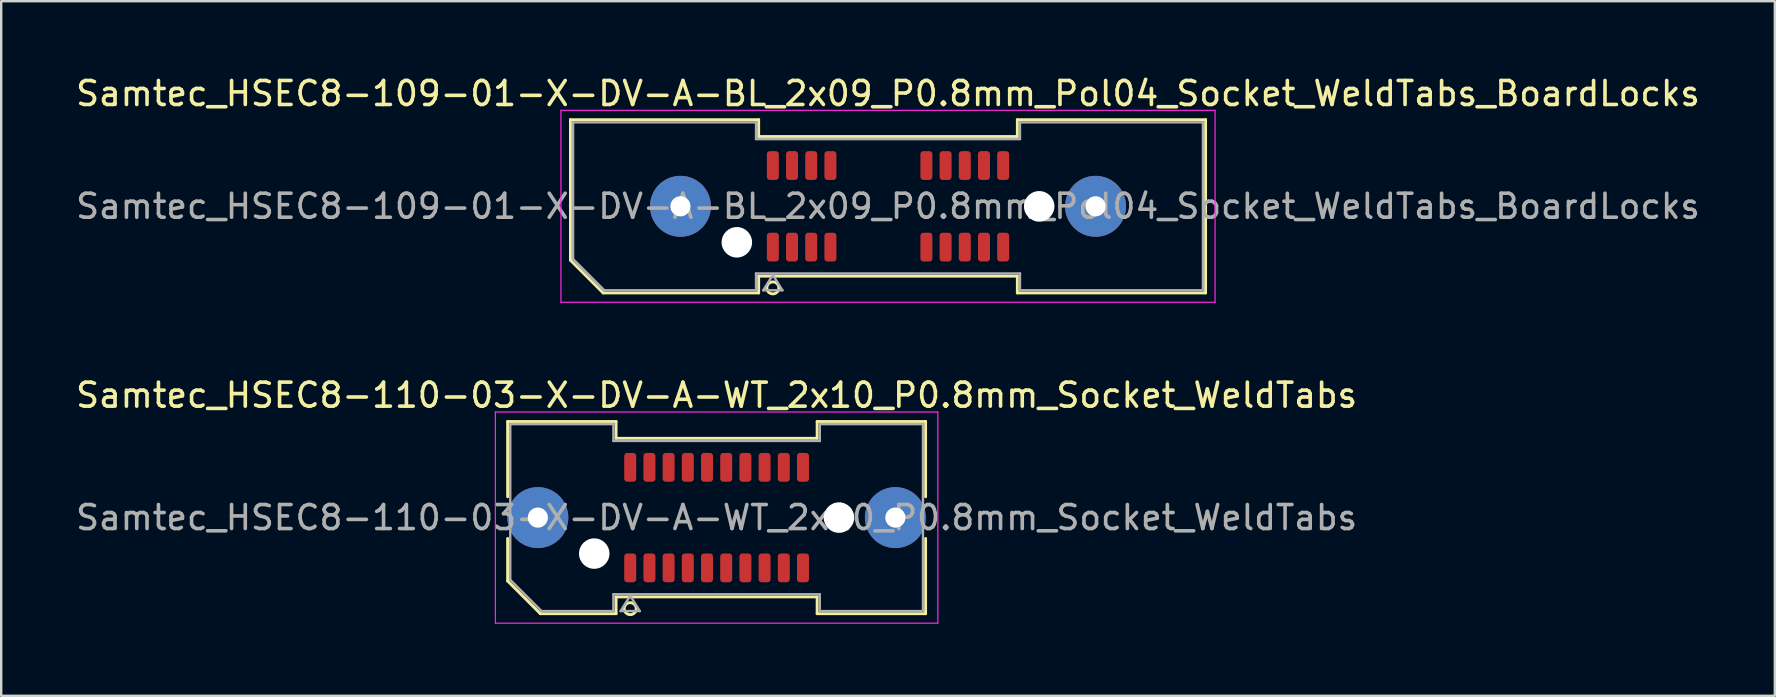
<source format=kicad_pcb>
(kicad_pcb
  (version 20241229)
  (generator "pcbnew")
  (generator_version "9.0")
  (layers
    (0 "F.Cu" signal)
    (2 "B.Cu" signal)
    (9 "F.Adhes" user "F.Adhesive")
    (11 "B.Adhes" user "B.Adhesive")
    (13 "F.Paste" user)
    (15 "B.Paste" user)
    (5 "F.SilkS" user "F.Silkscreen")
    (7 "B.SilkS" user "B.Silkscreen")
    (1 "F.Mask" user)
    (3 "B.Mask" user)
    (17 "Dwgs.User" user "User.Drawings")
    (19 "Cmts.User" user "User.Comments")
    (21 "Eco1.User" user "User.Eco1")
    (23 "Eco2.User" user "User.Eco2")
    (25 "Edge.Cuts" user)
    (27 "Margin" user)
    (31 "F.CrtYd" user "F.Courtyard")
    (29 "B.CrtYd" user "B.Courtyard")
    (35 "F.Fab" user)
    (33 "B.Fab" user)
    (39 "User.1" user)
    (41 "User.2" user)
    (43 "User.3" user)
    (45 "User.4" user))
  (footprint "Samtec_HSEC8-109-01-X-DV-A-BL_2x09_P0.8mm_Pol04_Socket_WeldTabs_BoardLocks"
    (layer "F.Cu")
    (at 33.958 5.548)
    (property "Reference" "Samtec_HSEC8-109-01-X-DV-A-BL_2x09_P0.8mm_Pol04_Socket_WeldTabs_BoardLocks" (at 0 -4.7 0) (layer "F.SilkS") (effects (font (size 1 1) (thickness 0.15))))
    (attr smd)
    (fp_line (start -13.235 -3.61) (end -5.39 -3.61) (stroke (width 0.12) (type solid)) (layer "F.SilkS"))
    (fp_line (start -13.235 2.246) (end -13.235 -3.61) (stroke (width 0.12) (type solid)) (layer "F.SilkS"))
    (fp_line (start -11.871 3.61) (end -13.235 2.246) (stroke (width 0.12) (type solid)) (layer "F.SilkS"))
    (fp_line (start -5.39 -3.61) (end -5.39 -2.91) (stroke (width 0.12) (type solid)) (layer "F.SilkS"))
    (fp_line (start -5.39 -2.91) (end 5.39 -2.91) (stroke (width 0.12) (type solid)) (layer "F.SilkS"))
    (fp_line (start -5.39 2.91) (end -5.39 3.61) (stroke (width 0.12) (type solid)) (layer "F.SilkS"))
    (fp_line (start -5.39 3.61) (end -11.871 3.61) (stroke (width 0.12) (type solid)) (layer "F.SilkS"))
    (fp_line (start 5.39 -3.61) (end 13.235 -3.61) (stroke (width 0.12) (type solid)) (layer "F.SilkS"))
    (fp_line (start 5.39 -2.91) (end 5.39 -3.61) (stroke (width 0.12) (type solid)) (layer "F.SilkS"))
    (fp_line (start 5.39 2.91) (end -5.39 2.91) (stroke (width 0.12) (type solid)) (layer "F.SilkS"))
    (fp_line (start 5.39 3.61) (end 5.39 2.91) (stroke (width 0.12) (type solid)) (layer "F.SilkS"))
    (fp_line (start 13.235 -3.61) (end 13.235 3.61) (stroke (width 0.12) (type solid)) (layer "F.SilkS"))
    (fp_line (start 13.235 3.61) (end 5.39 3.61) (stroke (width 0.12) (type solid)) (layer "F.SilkS"))
    (fp_circle (center -4.8 3.4) (end -4.55 3.4) (stroke (width 0.12) (type solid)) (fill no) (layer "F.SilkS"))
    (fp_line (start -13.63 -4) (end -13.63 4) (stroke (width 0.05) (type solid)) (layer "F.CrtYd"))
    (fp_line (start -13.63 4) (end 13.63 4) (stroke (width 0.05) (type solid)) (layer "F.CrtYd"))
    (fp_line (start 13.63 -4) (end -13.63 -4) (stroke (width 0.05) (type solid)) (layer "F.CrtYd"))
    (fp_line (start 13.63 4) (end 13.63 -4) (stroke (width 0.05) (type solid)) (layer "F.CrtYd"))
    (fp_line (start -13.125 -3.5) (end -5.5 -3.5) (stroke (width 0.1) (type solid)) (layer "F.Fab"))
    (fp_line (start -13.125 2.2) (end -13.125 -3.5) (stroke (width 0.1) (type solid)) (layer "F.Fab"))
    (fp_line (start -11.825 3.5) (end -13.125 2.2) (stroke (width 0.1) (type solid)) (layer "F.Fab"))
    (fp_line (start -5.5 -3.5) (end -5.5 -2.8) (stroke (width 0.1) (type solid)) (layer "F.Fab"))
    (fp_line (start -5.5 -2.8) (end 5.5 -2.8) (stroke (width 0.1) (type solid)) (layer "F.Fab"))
    (fp_line (start -5.5 2.8) (end -5.5 3.5) (stroke (width 0.1) (type solid)) (layer "F.Fab"))
    (fp_line (start -5.5 3.5) (end -11.825 3.5) (stroke (width 0.1) (type solid)) (layer "F.Fab"))
    (fp_line (start -5.2 3.5) (end -4.8 2.86) (stroke (width 0.1) (type solid)) (layer "F.Fab"))
    (fp_line (start -4.8 2.86) (end -4.4 3.5) (stroke (width 0.1) (type solid)) (layer "F.Fab"))
    (fp_line (start -4.4 3.5) (end -5.2 3.5) (stroke (width 0.1) (type solid)) (layer "F.Fab"))
    (fp_line (start 5.5 -3.5) (end 13.125 -3.5) (stroke (width 0.1) (type solid)) (layer "F.Fab"))
    (fp_line (start 5.5 -2.8) (end 5.5 -3.5) (stroke (width 0.1) (type solid)) (layer "F.Fab"))
    (fp_line (start 5.5 2.8) (end -5.5 2.8) (stroke (width 0.1) (type solid)) (layer "F.Fab"))
    (fp_line (start 5.5 3.5) (end 5.5 2.8) (stroke (width 0.1) (type solid)) (layer "F.Fab"))
    (fp_line (start 13.125 -3.5) (end 13.125 3.5) (stroke (width 0.1) (type solid)) (layer "F.Fab"))
    (fp_line (start 13.125 3.5) (end 5.5 3.5) (stroke (width 0.1) (type solid)) (layer "F.Fab"))
    (fp_text user "${REFERENCE}" (at 0 0 0) (layer "F.Fab") (effects (font (size 1 1) (thickness 0.15))))
    (pad "" thru_hole circle (at -8.65 0) (size 2.54 2.54) (drill 0.84) (layers "*.Cu" "*.Mask" "F.Paste"))
    (pad "" np_thru_hole circle (at -6.3 1.5) (size 1.27 1.27) (drill 1.27) (layers "*.Cu" "*.Mask"))
    (pad "" np_thru_hole circle (at 6.3 0) (size 1.27 1.27) (drill 1.27) (layers "*.Cu" "*.Mask"))
    (pad "" thru_hole circle (at 8.65 0) (size 2.54 2.54) (drill 0.84) (layers "*.Cu" "*.Mask" "F.Paste"))
    (pad "1" smd roundrect (at -4.8 1.7) (size 0.5 1.2) (layers "F.Cu" "F.Mask" "F.Paste") (roundrect_rratio 0.25))
    (pad "2" smd roundrect (at -4.8 -1.7) (size 0.5 1.2) (layers "F.Cu" "F.Mask" "F.Paste") (roundrect_rratio 0.25))
    (pad "3" smd roundrect (at -4 1.7) (size 0.5 1.2) (layers "F.Cu" "F.Mask" "F.Paste") (roundrect_rratio 0.25))
    (pad "4" smd roundrect (at -4 -1.7) (size 0.5 1.2) (layers "F.Cu" "F.Mask" "F.Paste") (roundrect_rratio 0.25))
    (pad "5" smd roundrect (at -3.2 1.7) (size 0.5 1.2) (layers "F.Cu" "F.Mask" "F.Paste") (roundrect_rratio 0.25))
    (pad "6" smd roundrect (at -3.2 -1.7) (size 0.5 1.2) (layers "F.Cu" "F.Mask" "F.Paste") (roundrect_rratio 0.25))
    (pad "7" smd roundrect (at -2.4 1.7) (size 0.5 1.2) (layers "F.Cu" "F.Mask" "F.Paste") (roundrect_rratio 0.25))
    (pad "8" smd roundrect (at -2.4 -1.7) (size 0.5 1.2) (layers "F.Cu" "F.Mask" "F.Paste") (roundrect_rratio 0.25))
    (pad "9" smd roundrect (at 1.6 1.7) (size 0.5 1.2) (layers "F.Cu" "F.Mask" "F.Paste") (roundrect_rratio 0.25))
    (pad "10" smd roundrect (at 1.6 -1.7) (size 0.5 1.2) (layers "F.Cu" "F.Mask" "F.Paste") (roundrect_rratio 0.25))
    (pad "11" smd roundrect (at 2.4 1.7) (size 0.5 1.2) (layers "F.Cu" "F.Mask" "F.Paste") (roundrect_rratio 0.25))
    (pad "12" smd roundrect (at 2.4 -1.7) (size 0.5 1.2) (layers "F.Cu" "F.Mask" "F.Paste") (roundrect_rratio 0.25))
    (pad "13" smd roundrect (at 3.2 1.7) (size 0.5 1.2) (layers "F.Cu" "F.Mask" "F.Paste") (roundrect_rratio 0.25))
    (pad "14" smd roundrect (at 3.2 -1.7) (size 0.5 1.2) (layers "F.Cu" "F.Mask" "F.Paste") (roundrect_rratio 0.25))
    (pad "15" smd roundrect (at 4 1.7) (size 0.5 1.2) (layers "F.Cu" "F.Mask" "F.Paste") (roundrect_rratio 0.25))
    (pad "16" smd roundrect (at 4 -1.7) (size 0.5 1.2) (layers "F.Cu" "F.Mask" "F.Paste") (roundrect_rratio 0.25))
    (pad "17" smd roundrect (at 4.8 1.7) (size 0.5 1.2) (layers "F.Cu" "F.Mask" "F.Paste") (roundrect_rratio 0.25))
    (pad "18" smd roundrect (at 4.8 -1.7) (size 0.5 1.2) (layers "F.Cu" "F.Mask" "F.Paste") (roundrect_rratio 0.25)))
  (footprint "Samtec_HSEC8-110-03-X-DV-A-WT_2x10_P0.8mm_Socket_WeldTabs"
    (layer "F.Cu")
    (at 26.815 18.521)
    (property "Reference" "Samtec_HSEC8-110-03-X-DV-A-WT_2x10_P0.8mm_Socket_WeldTabs" (at 0 -5.1 0) (layer "F.SilkS") (effects (font (size 1 1) (thickness 0.15))))
    (attr smd)
    (fp_line (start -8.71 -4.005) (end -4.19 -4.005) (stroke (width 0.12) (type solid)) (layer "F.SilkS"))
    (fp_line (start -8.71 -0.868) (end -8.71 -4.005) (stroke (width 0.12) (type solid)) (layer "F.SilkS"))
    (fp_line (start -8.71 2.641) (end -8.71 0.868) (stroke (width 0.12) (type solid)) (layer "F.SilkS"))
    (fp_line (start -7.346 4.005) (end -8.71 2.641) (stroke (width 0.12) (type solid)) (layer "F.SilkS"))
    (fp_line (start -4.19 -4.005) (end -4.19 -3.305) (stroke (width 0.12) (type solid)) (layer "F.SilkS"))
    (fp_line (start -4.19 -3.305) (end 4.19 -3.305) (stroke (width 0.12) (type solid)) (layer "F.SilkS"))
    (fp_line (start -4.19 3.305) (end -4.19 4.005) (stroke (width 0.12) (type solid)) (layer "F.SilkS"))
    (fp_line (start -4.19 4.005) (end -7.346 4.005) (stroke (width 0.12) (type solid)) (layer "F.SilkS"))
    (fp_line (start 4.19 -4.005) (end 8.71 -4.005) (stroke (width 0.12) (type solid)) (layer "F.SilkS"))
    (fp_line (start 4.19 -3.305) (end 4.19 -4.005) (stroke (width 0.12) (type solid)) (layer "F.SilkS"))
    (fp_line (start 4.19 3.305) (end -4.19 3.305) (stroke (width 0.12) (type solid)) (layer "F.SilkS"))
    (fp_line (start 4.19 4.005) (end 4.19 3.305) (stroke (width 0.12) (type solid)) (layer "F.SilkS"))
    (fp_line (start 8.71 -4.005) (end 8.71 -0.868) (stroke (width 0.12) (type solid)) (layer "F.SilkS"))
    (fp_line (start 8.71 0.868) (end 8.71 4.005) (stroke (width 0.12) (type solid)) (layer "F.SilkS"))
    (fp_line (start 8.71 4.005) (end 4.19 4.005) (stroke (width 0.12) (type solid)) (layer "F.SilkS"))
    (fp_circle (center -3.6 3.795) (end -3.35 3.795) (stroke (width 0.12) (type solid)) (fill no) (layer "F.SilkS"))
    (fp_line (start -9.22 -4.4) (end -9.22 4.4) (stroke (width 0.05) (type solid)) (layer "F.CrtYd"))
    (fp_line (start -9.22 4.4) (end 9.22 4.4) (stroke (width 0.05) (type solid)) (layer "F.CrtYd"))
    (fp_line (start 9.22 -4.4) (end -9.22 -4.4) (stroke (width 0.05) (type solid)) (layer "F.CrtYd"))
    (fp_line (start 9.22 4.4) (end 9.22 -4.4) (stroke (width 0.05) (type solid)) (layer "F.CrtYd"))
    (fp_line (start -8.6 -3.895) (end -4.3 -3.895) (stroke (width 0.1) (type solid)) (layer "F.Fab"))
    (fp_line (start -8.6 2.595) (end -8.6 -3.895) (stroke (width 0.1) (type solid)) (layer "F.Fab"))
    (fp_line (start -7.3 3.895) (end -8.6 2.595) (stroke (width 0.1) (type solid)) (layer "F.Fab"))
    (fp_line (start -4.3 -3.895) (end -4.3 -3.195) (stroke (width 0.1) (type solid)) (layer "F.Fab"))
    (fp_line (start -4.3 -3.195) (end 4.3 -3.195) (stroke (width 0.1) (type solid)) (layer "F.Fab"))
    (fp_line (start -4.3 3.195) (end -4.3 3.895) (stroke (width 0.1) (type solid)) (layer "F.Fab"))
    (fp_line (start -4.3 3.895) (end -7.3 3.895) (stroke (width 0.1) (type solid)) (layer "F.Fab"))
    (fp_line (start -4 3.895) (end -3.6 3.255) (stroke (width 0.1) (type solid)) (layer "F.Fab"))
    (fp_line (start -3.6 3.255) (end -3.2 3.895) (stroke (width 0.1) (type solid)) (layer "F.Fab"))
    (fp_line (start -3.2 3.895) (end -4 3.895) (stroke (width 0.1) (type solid)) (layer "F.Fab"))
    (fp_line (start 4.3 -3.895) (end 8.6 -3.895) (stroke (width 0.1) (type solid)) (layer "F.Fab"))
    (fp_line (start 4.3 -3.195) (end 4.3 -3.895) (stroke (width 0.1) (type solid)) (layer "F.Fab"))
    (fp_line (start 4.3 3.195) (end -4.3 3.195) (stroke (width 0.1) (type solid)) (layer "F.Fab"))
    (fp_line (start 4.3 3.895) (end 4.3 3.195) (stroke (width 0.1) (type solid)) (layer "F.Fab"))
    (fp_line (start 8.6 -3.895) (end 8.6 3.895) (stroke (width 0.1) (type solid)) (layer "F.Fab"))
    (fp_line (start 8.6 3.895) (end 4.3 3.895) (stroke (width 0.1) (type solid)) (layer "F.Fab"))
    (fp_text user "${REFERENCE}" (at 0 0 0) (layer "F.Fab") (effects (font (size 1 1) (thickness 0.15))))
    (pad "" thru_hole circle (at -7.45 0) (size 2.54 2.54) (drill 0.84) (layers "*.Cu" "*.Mask" "F.Paste"))
    (pad "" np_thru_hole circle (at -5.1 1.5) (size 1.27 1.27) (drill 1.27) (layers "*.Cu" "*.Mask"))
    (pad "" np_thru_hole circle (at 5.1 0) (size 1.27 1.27) (drill 1.27) (layers "*.Cu" "*.Mask"))
    (pad "" thru_hole circle (at 7.45 0) (size 2.54 2.54) (drill 0.84) (layers "*.Cu" "*.Mask" "F.Paste"))
    (pad "1" smd roundrect (at -3.6 2.095) (size 0.5 1.2) (layers "F.Cu" "F.Mask" "F.Paste") (roundrect_rratio 0.25))
    (pad "2" smd roundrect (at -3.6 -2.095) (size 0.5 1.2) (layers "F.Cu" "F.Mask" "F.Paste") (roundrect_rratio 0.25))
    (pad "3" smd roundrect (at -2.8 2.095) (size 0.5 1.2) (layers "F.Cu" "F.Mask" "F.Paste") (roundrect_rratio 0.25))
    (pad "4" smd roundrect (at -2.8 -2.095) (size 0.5 1.2) (layers "F.Cu" "F.Mask" "F.Paste") (roundrect_rratio 0.25))
    (pad "5" smd roundrect (at -2 2.095) (size 0.5 1.2) (layers "F.Cu" "F.Mask" "F.Paste") (roundrect_rratio 0.25))
    (pad "6" smd roundrect (at -2 -2.095) (size 0.5 1.2) (layers "F.Cu" "F.Mask" "F.Paste") (roundrect_rratio 0.25))
    (pad "7" smd roundrect (at -1.2 2.095) (size 0.5 1.2) (layers "F.Cu" "F.Mask" "F.Paste") (roundrect_rratio 0.25))
    (pad "8" smd roundrect (at -1.2 -2.095) (size 0.5 1.2) (layers "F.Cu" "F.Mask" "F.Paste") (roundrect_rratio 0.25))
    (pad "9" smd roundrect (at -0.4 2.095) (size 0.5 1.2) (layers "F.Cu" "F.Mask" "F.Paste") (roundrect_rratio 0.25))
    (pad "10" smd roundrect (at -0.4 -2.095) (size 0.5 1.2) (layers "F.Cu" "F.Mask" "F.Paste") (roundrect_rratio 0.25))
    (pad "11" smd roundrect (at 0.4 2.095) (size 0.5 1.2) (layers "F.Cu" "F.Mask" "F.Paste") (roundrect_rratio 0.25))
    (pad "12" smd roundrect (at 0.4 -2.095) (size 0.5 1.2) (layers "F.Cu" "F.Mask" "F.Paste") (roundrect_rratio 0.25))
    (pad "13" smd roundrect (at 1.2 2.095) (size 0.5 1.2) (layers "F.Cu" "F.Mask" "F.Paste") (roundrect_rratio 0.25))
    (pad "14" smd roundrect (at 1.2 -2.095) (size 0.5 1.2) (layers "F.Cu" "F.Mask" "F.Paste") (roundrect_rratio 0.25))
    (pad "15" smd roundrect (at 2 2.095) (size 0.5 1.2) (layers "F.Cu" "F.Mask" "F.Paste") (roundrect_rratio 0.25))
    (pad "16" smd roundrect (at 2 -2.095) (size 0.5 1.2) (layers "F.Cu" "F.Mask" "F.Paste") (roundrect_rratio 0.25))
    (pad "17" smd roundrect (at 2.8 2.095) (size 0.5 1.2) (layers "F.Cu" "F.Mask" "F.Paste") (roundrect_rratio 0.25))
    (pad "18" smd roundrect (at 2.8 -2.095) (size 0.5 1.2) (layers "F.Cu" "F.Mask" "F.Paste") (roundrect_rratio 0.25))
    (pad "19" smd roundrect (at 3.6 2.095) (size 0.5 1.2) (layers "F.Cu" "F.Mask" "F.Paste") (roundrect_rratio 0.25))
    (pad "20" smd roundrect (at 3.6 -2.095) (size 0.5 1.2) (layers "F.Cu" "F.Mask" "F.Paste") (roundrect_rratio 0.25)))
  (gr_rect
    (start -3 -3)
    (end 70.917 25.947)
    (stroke (width 0.1) (type default))
    (fill no)
    (layer "Edge.Cuts")))
</source>
